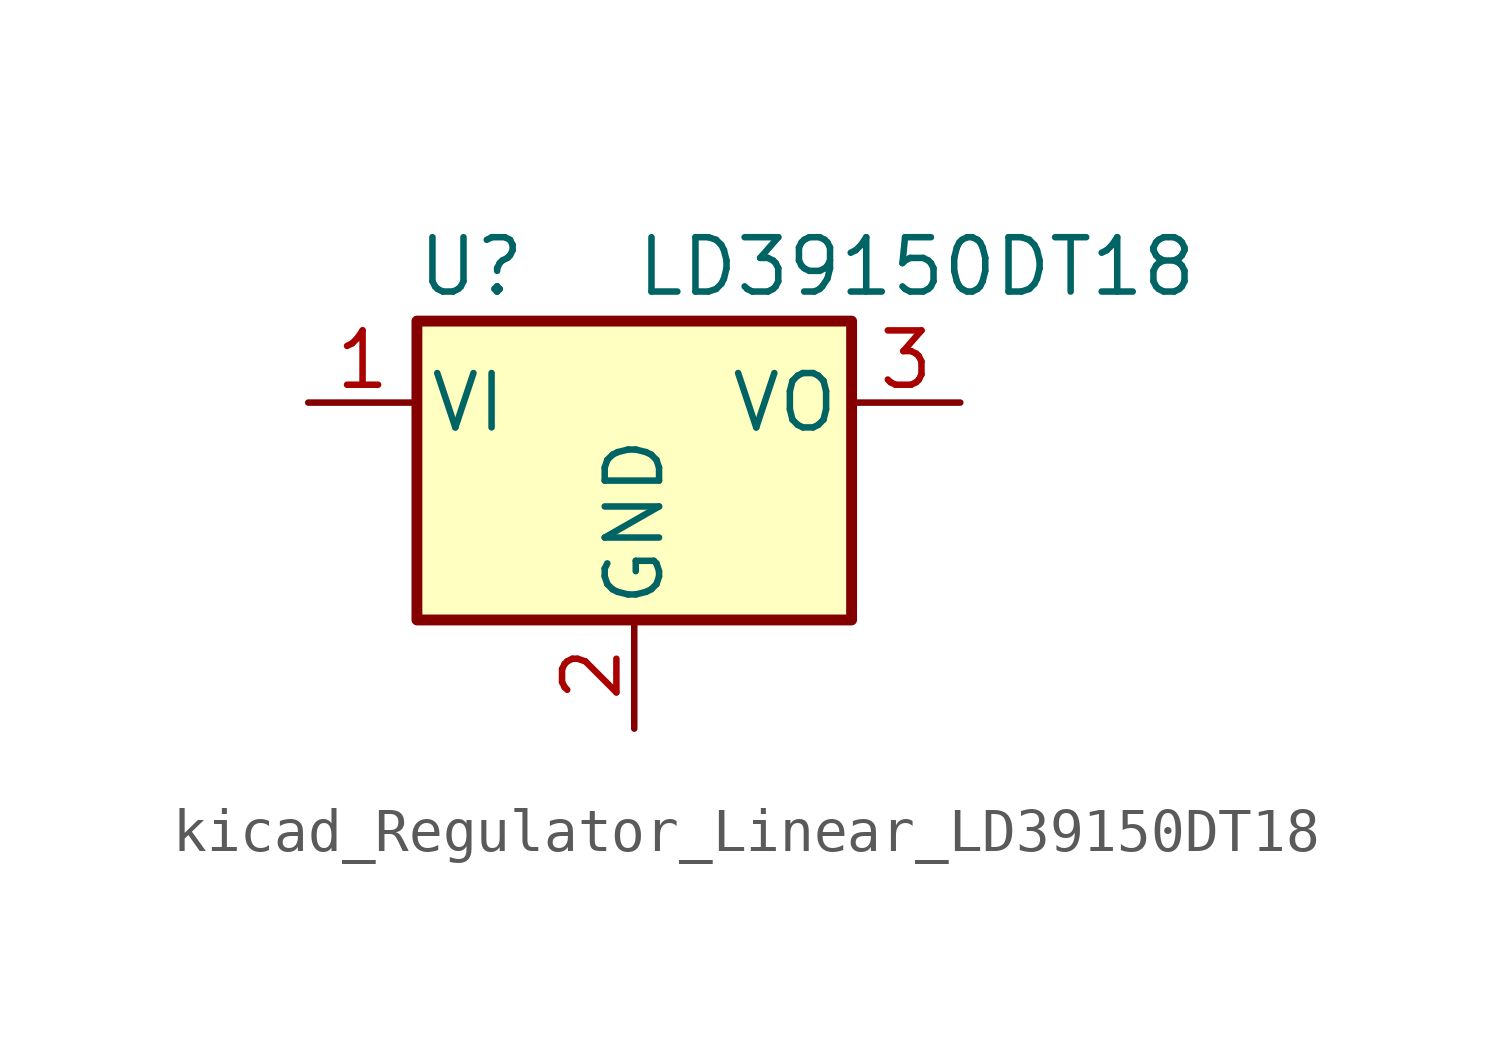
<source format=kicad_sym>
(kicad_symbol_lib
  (version 20220914)
  (generator kicad_symbol_editor)
  (symbol "kicad_Regulator_Linear_LD39150DT18"
    (pin_names
      (offset 0.254))
    (property "Reference" "U"
      (at -3.81 3.175 0)
      (effects (font (size 1.27 1.27))))
    (property "Value" "LD39150DT18"
      (at 0 3.175 0)
      (effects (font (size 1.27 1.27)) (justify left)))
    (symbol "kicad_Regulator_Linear_LD39150DT18_0_1"
      (rectangle (start -5.08 -5.08) (end 5.08 1.905) (stroke (width 0.254) (type default)) (fill (type background))))
    (symbol "kicad_Regulator_Linear_LD39150DT18_1_1"
      (pin power_in line (at -7.62 0 0) (length 2.54) (name "VI" (effects (font (size 1.27 1.27)))) (number "1" (effects (font (size 1.27 1.27)))))
      (pin power_in line (at 0 -7.62 90) (length 2.54) (name "GND" (effects (font (size 1.27 1.27)))) (number "2" (effects (font (size 1.27 1.27)))))
      (pin power_out line (at 7.62 0 180) (length 2.54) (name "VO" (effects (font (size 1.27 1.27)))) (number "3" (effects (font (size 1.27 1.27))))))))
</source>
